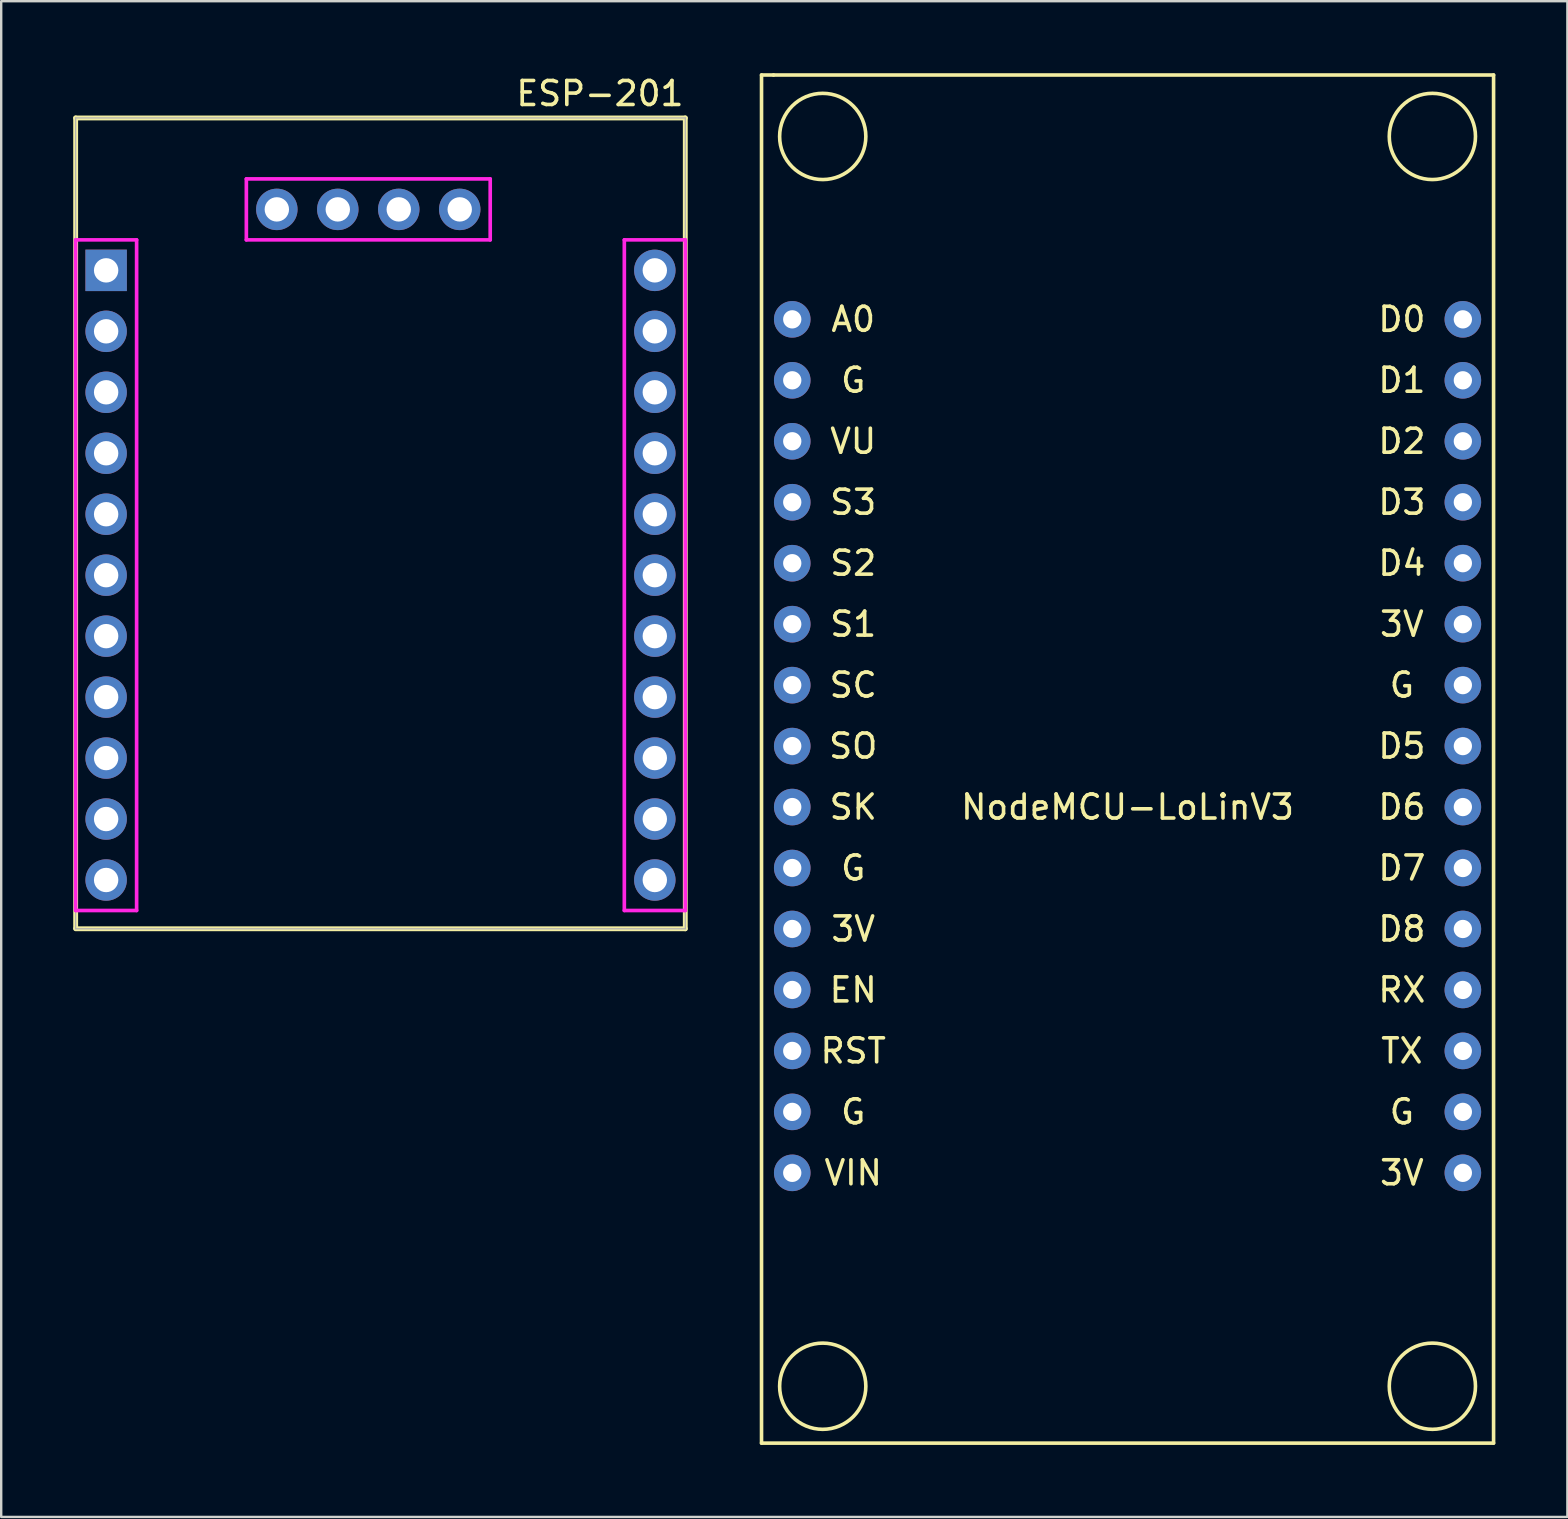
<source format=kicad_pcb>
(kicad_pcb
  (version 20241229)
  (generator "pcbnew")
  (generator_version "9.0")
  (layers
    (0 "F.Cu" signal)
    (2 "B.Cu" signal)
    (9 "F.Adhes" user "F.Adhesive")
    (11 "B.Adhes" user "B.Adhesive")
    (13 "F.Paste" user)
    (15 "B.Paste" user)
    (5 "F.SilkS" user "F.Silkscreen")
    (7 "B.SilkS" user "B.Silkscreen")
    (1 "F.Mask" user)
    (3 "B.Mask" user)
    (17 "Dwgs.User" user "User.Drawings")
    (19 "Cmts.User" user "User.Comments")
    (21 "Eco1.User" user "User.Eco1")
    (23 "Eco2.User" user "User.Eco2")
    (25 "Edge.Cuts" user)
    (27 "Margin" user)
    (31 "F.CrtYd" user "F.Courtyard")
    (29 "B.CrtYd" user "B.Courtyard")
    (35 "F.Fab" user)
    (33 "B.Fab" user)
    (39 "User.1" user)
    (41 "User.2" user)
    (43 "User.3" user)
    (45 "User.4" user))
  (footprint "NodeMCU-LoLinV3"
    (layer "F.Cu")
    (at 43.928 30.575)
    (property "Reference" "NodeMCU-LoLinV3" (at 0 0 0) (layer "F.SilkS") (effects (font (size 1 1) (thickness 0.15))))
    (attr through_hole)
    (fp_line (start -15.25 -30.5) (end -15.25 26.5) (stroke (width 0.15) (type solid)) (layer "F.SilkS"))
    (fp_line (start -15.25 26.5) (end 15.25 26.5) (stroke (width 0.15) (type solid)) (layer "F.SilkS"))
    (fp_line (start -14.75 -30.5) (end -15.25 -30.5) (stroke (width 0.15) (type solid)) (layer "F.SilkS"))
    (fp_line (start 15.25 -30.5) (end -14.75 -30.5) (stroke (width 0.15) (type solid)) (layer "F.SilkS"))
    (fp_line (start 15.25 26.5) (end 15.25 -30.5) (stroke (width 0.15) (type solid)) (layer "F.SilkS"))
    (fp_circle (center -12.7 -27.94) (end -11.43 -29.21) (stroke (width 0.15) (type solid)) (fill no) (layer "F.SilkS"))
    (fp_circle (center -12.7 24.13) (end -11.43 22.86) (stroke (width 0.15) (type solid)) (fill no) (layer "F.SilkS"))
    (fp_circle (center 12.7 -27.94) (end 13.97 -29.21) (stroke (width 0.15) (type solid)) (fill no) (layer "F.SilkS"))
    (fp_circle (center 12.7 24.13) (end 13.97 22.86) (stroke (width 0.15) (type solid)) (fill no) (layer "F.SilkS"))
    (fp_text user "G" (at 11.43 12.7 0) (layer "F.SilkS") (effects (font (size 1 1) (thickness 0.15))))
    (fp_text user "VIN" (at -11.43 15.24 0) (layer "F.SilkS") (effects (font (size 1 1) (thickness 0.15))))
    (fp_text user "D1" (at 11.43 -17.78 0) (layer "F.SilkS") (effects (font (size 1 1) (thickness 0.15))))
    (fp_text user "G" (at 11.43 -5.08 0) (layer "F.SilkS") (effects (font (size 1 1) (thickness 0.15))))
    (fp_text user "G" (at -11.43 -17.78 0) (layer "F.SilkS") (effects (font (size 1 1) (thickness 0.15))))
    (fp_text user "SK" (at -11.43 0 0) (layer "F.SilkS") (effects (font (size 1 1) (thickness 0.15))))
    (fp_text user "D5" (at 11.43 -2.54 0) (layer "F.SilkS") (effects (font (size 1 1) (thickness 0.15))))
    (fp_text user "TX" (at 11.43 10.16 0) (layer "F.SilkS") (effects (font (size 1 1) (thickness 0.15))))
    (fp_text user "D0" (at 11.43 -20.32 0) (layer "F.SilkS") (effects (font (size 1 1) (thickness 0.15))))
    (fp_text user "VU" (at -11.43 -15.24 0) (layer "F.SilkS") (effects (font (size 1 1) (thickness 0.15))))
    (fp_text user "D6" (at 11.43 0 0) (layer "F.SilkS") (effects (font (size 1 1) (thickness 0.15))))
    (fp_text user "SO" (at -11.43 -2.54 0) (layer "F.SilkS") (effects (font (size 1 1) (thickness 0.15))))
    (fp_text user "RX" (at 11.43 7.62 0) (layer "F.SilkS") (effects (font (size 1 1) (thickness 0.15))))
    (fp_text user "G" (at -11.43 2.54 0) (layer "F.SilkS") (effects (font (size 1 1) (thickness 0.15))))
    (fp_text user "A0" (at -11.43 -20.32 0) (layer "F.SilkS") (effects (font (size 1 1) (thickness 0.15))))
    (fp_text user "D4" (at 11.43 -10.16 0) (layer "F.SilkS") (effects (font (size 1 1) (thickness 0.15))))
    (fp_text user "3V" (at -11.43 5.08 0) (layer "F.SilkS") (effects (font (size 1 1) (thickness 0.15))))
    (fp_text user "3V" (at 11.43 -7.62 0) (layer "F.SilkS") (effects (font (size 1 1) (thickness 0.15))))
    (fp_text user "D3" (at 11.43 -12.7 0) (layer "F.SilkS") (effects (font (size 1 1) (thickness 0.15))))
    (fp_text user "D2" (at 11.43 -15.24 0) (layer "F.SilkS") (effects (font (size 1 1) (thickness 0.15))))
    (fp_text user "D7" (at 11.43 2.54 0) (layer "F.SilkS") (effects (font (size 1 1) (thickness 0.15))))
    (fp_text user "G" (at -11.43 12.7 0) (layer "F.SilkS") (effects (font (size 1 1) (thickness 0.15))))
    (fp_text user "SC" (at -11.43 -5.08 0) (layer "F.SilkS") (effects (font (size 1 1) (thickness 0.15))))
    (fp_text user "S3" (at -11.43 -12.7 0) (layer "F.SilkS") (effects (font (size 1 1) (thickness 0.15))))
    (fp_text user "S1" (at -11.43 -7.62 0) (layer "F.SilkS") (effects (font (size 1 1) (thickness 0.15))))
    (fp_text user "3V" (at 11.43 15.24 0) (layer "F.SilkS") (effects (font (size 1 1) (thickness 0.15))))
    (fp_text user "D8" (at 11.43 5.08 0) (layer "F.SilkS") (effects (font (size 1 1) (thickness 0.15))))
    (fp_text user "RST" (at -11.43 10.16 0) (layer "F.SilkS") (effects (font (size 1 1) (thickness 0.15))))
    (fp_text user "S2" (at -11.43 -10.16 0) (layer "F.SilkS") (effects (font (size 1 1) (thickness 0.15))))
    (fp_text user "EN" (at -11.43 7.62 0) (layer "F.SilkS") (effects (font (size 1 1) (thickness 0.15))))
    (pad "1" thru_hole circle (at -13.97 -20.32) (size 1.524 1.524) (drill 0.762) (layers "*.Cu" "*.Mask"))
    (pad "2" thru_hole circle (at -13.97 -17.78) (size 1.524 1.524) (drill 0.762) (layers "*.Cu" "*.Mask"))
    (pad "3" thru_hole circle (at -13.97 -15.24) (size 1.524 1.524) (drill 0.762) (layers "*.Cu" "*.Mask"))
    (pad "4" thru_hole circle (at -13.97 -12.7) (size 1.524 1.524) (drill 0.762) (layers "*.Cu" "*.Mask"))
    (pad "5" thru_hole circle (at -13.97 -10.16) (size 1.524 1.524) (drill 0.762) (layers "*.Cu" "*.Mask"))
    (pad "6" thru_hole circle (at -13.97 -7.62) (size 1.524 1.524) (drill 0.762) (layers "*.Cu" "*.Mask"))
    (pad "7" thru_hole circle (at -13.97 -5.08) (size 1.524 1.524) (drill 0.762) (layers "*.Cu" "*.Mask"))
    (pad "8" thru_hole circle (at -13.97 -2.54) (size 1.524 1.524) (drill 0.762) (layers "*.Cu" "*.Mask"))
    (pad "9" thru_hole circle (at -13.97 0) (size 1.524 1.524) (drill 0.762) (layers "*.Cu" "*.Mask"))
    (pad "10" thru_hole circle (at -13.97 2.54) (size 1.524 1.524) (drill 0.762) (layers "*.Cu" "*.Mask"))
    (pad "11" thru_hole circle (at -13.97 5.08) (size 1.524 1.524) (drill 0.762) (layers "*.Cu" "*.Mask"))
    (pad "12" thru_hole circle (at -13.97 7.62) (size 1.524 1.524) (drill 0.762) (layers "*.Cu" "*.Mask"))
    (pad "13" thru_hole circle (at -13.97 10.16) (size 1.524 1.524) (drill 0.762) (layers "*.Cu" "*.Mask"))
    (pad "14" thru_hole circle (at -13.97 12.7) (size 1.524 1.524) (drill 0.762) (layers "*.Cu" "*.Mask"))
    (pad "15" thru_hole circle (at -13.97 15.24) (size 1.524 1.524) (drill 0.762) (layers "*.Cu" "*.Mask"))
    (pad "16" thru_hole circle (at 13.97 15.24) (size 1.524 1.524) (drill 0.762) (layers "*.Cu" "*.Mask"))
    (pad "17" thru_hole circle (at 13.97 12.7) (size 1.524 1.524) (drill 0.762) (layers "*.Cu" "*.Mask"))
    (pad "18" thru_hole circle (at 13.97 10.16) (size 1.524 1.524) (drill 0.762) (layers "*.Cu" "*.Mask"))
    (pad "19" thru_hole circle (at 13.97 7.62) (size 1.524 1.524) (drill 0.762) (layers "*.Cu" "*.Mask"))
    (pad "20" thru_hole circle (at 13.97 5.08) (size 1.524 1.524) (drill 0.762) (layers "*.Cu" "*.Mask"))
    (pad "21" thru_hole circle (at 13.97 2.54) (size 1.524 1.524) (drill 0.762) (layers "*.Cu" "*.Mask"))
    (pad "22" thru_hole circle (at 13.97 0) (size 1.524 1.524) (drill 0.762) (layers "*.Cu" "*.Mask"))
    (pad "23" thru_hole circle (at 13.97 -2.54) (size 1.524 1.524) (drill 0.762) (layers "*.Cu" "*.Mask"))
    (pad "24" thru_hole circle (at 13.97 -5.08) (size 1.524 1.524) (drill 0.762) (layers "*.Cu" "*.Mask"))
    (pad "25" thru_hole circle (at 13.97 -7.62) (size 1.524 1.524) (drill 0.762) (layers "*.Cu" "*.Mask"))
    (pad "26" thru_hole circle (at 13.97 -10.16) (size 1.524 1.524) (drill 0.762) (layers "*.Cu" "*.Mask"))
    (pad "27" thru_hole circle (at 13.97 -12.7) (size 1.524 1.524) (drill 0.762) (layers "*.Cu" "*.Mask"))
    (pad "28" thru_hole circle (at 13.97 -15.24) (size 1.524 1.524) (drill 0.762) (layers "*.Cu" "*.Mask"))
    (pad "29" thru_hole circle (at 13.97 -17.78) (size 1.524 1.524) (drill 0.762) (layers "*.Cu" "*.Mask"))
    (pad "30" thru_hole circle (at 13.97 -20.32) (size 1.524 1.524) (drill 0.762) (layers "*.Cu" "*.Mask")))
  (footprint "ESP-201"
    (layer "F.Cu")
    (at 1.372 8.214)
    (property "Reference" "ESP-201" (at 20.574 -7.366 0) (layer "F.SilkS") (effects (font (size 1 1) (thickness 0.15))))
    (attr through_hole)
    (fp_line (start -1.27 -6.35) (end -1.27 27.407) (stroke (width 0.203) (type solid)) (layer "F.SilkS"))
    (fp_line (start -1.27 27.432) (end 24.13 27.432) (stroke (width 0.203) (type solid)) (layer "F.SilkS"))
    (fp_line (start 24.13 -6.35) (end -1.27 -6.35) (stroke (width 0.203) (type solid)) (layer "F.SilkS"))
    (fp_line (start 24.13 27.432) (end 24.13 -6.35) (stroke (width 0.203) (type solid)) (layer "F.SilkS"))
    (fp_line (start -1.27 -1.27) (end -1.27 26.67) (stroke (width 0.152) (type solid)) (layer "F.CrtYd"))
    (fp_line (start -1.27 26.67) (end 1.27 26.67) (stroke (width 0.152) (type solid)) (layer "F.CrtYd"))
    (fp_line (start 1.27 -1.27) (end -1.27 -1.27) (stroke (width 0.152) (type solid)) (layer "F.CrtYd"))
    (fp_line (start 1.27 26.67) (end 1.27 -1.27) (stroke (width 0.152) (type solid)) (layer "F.CrtYd"))
    (fp_line (start 5.842 -3.81) (end 16.002 -3.81) (stroke (width 0.152) (type solid)) (layer "F.CrtYd"))
    (fp_line (start 5.842 -1.27) (end 5.842 -3.81) (stroke (width 0.152) (type solid)) (layer "F.CrtYd"))
    (fp_line (start 16.002 -3.81) (end 16.002 -1.27) (stroke (width 0.152) (type solid)) (layer "F.CrtYd"))
    (fp_line (start 16.002 -1.27) (end 5.842 -1.27) (stroke (width 0.152) (type solid)) (layer "F.CrtYd"))
    (fp_line (start 21.59 -1.27) (end 24.13 -1.27) (stroke (width 0.152) (type solid)) (layer "F.CrtYd"))
    (fp_line (start 21.59 26.67) (end 21.59 -1.27) (stroke (width 0.152) (type solid)) (layer "F.CrtYd"))
    (fp_line (start 24.13 -1.27) (end 24.13 26.67) (stroke (width 0.152) (type solid)) (layer "F.CrtYd"))
    (fp_line (start 24.13 26.67) (end 21.59 26.67) (stroke (width 0.152) (type solid)) (layer "F.CrtYd"))
    (fp_line (start -1.27 -6.35) (end 24.13 -6.35) (stroke (width 0.05) (type solid)) (layer "F.Fab"))
    (fp_line (start -1.27 27.432) (end -1.27 -6.35) (stroke (width 0.05) (type solid)) (layer "F.Fab"))
    (fp_line (start 24.13 -6.35) (end 24.13 27.432) (stroke (width 0.05) (type solid)) (layer "F.Fab"))
    (fp_line (start 24.13 27.432) (end -1.27 27.432) (stroke (width 0.05) (type solid)) (layer "F.Fab"))
    (pad "1" thru_hole rect (at 0 0 90) (size 1.727 1.727) (drill 1.016) (layers "*.Cu" "*.Mask"))
    (pad "2" thru_hole circle (at 0 2.54 90) (size 1.727 1.727) (drill 1.016) (layers "*.Cu" "*.Mask"))
    (pad "3" thru_hole circle (at 0 5.08 90) (size 1.727 1.727) (drill 1.016) (layers "*.Cu" "*.Mask"))
    (pad "4" thru_hole circle (at 0 7.62 90) (size 1.727 1.727) (drill 1.016) (layers "*.Cu" "*.Mask"))
    (pad "5" thru_hole circle (at 0 10.16 90) (size 1.727 1.727) (drill 1.016) (layers "*.Cu" "*.Mask"))
    (pad "6" thru_hole circle (at 0 12.7 90) (size 1.727 1.727) (drill 1.016) (layers "*.Cu" "*.Mask"))
    (pad "7" thru_hole circle (at 0 15.24 90) (size 1.727 1.727) (drill 1.016) (layers "*.Cu" "*.Mask"))
    (pad "8" thru_hole circle (at 0 17.78 90) (size 1.727 1.727) (drill 1.016) (layers "*.Cu" "*.Mask"))
    (pad "9" thru_hole circle (at 0 20.32 90) (size 1.727 1.727) (drill 1.016) (layers "*.Cu" "*.Mask"))
    (pad "10" thru_hole circle (at 0 22.86 90) (size 1.727 1.727) (drill 1.016) (layers "*.Cu" "*.Mask"))
    (pad "11" thru_hole circle (at 0 25.4 90) (size 1.727 1.727) (drill 1.016) (layers "*.Cu" "*.Mask"))
    (pad "12" thru_hole circle (at 22.86 25.4 90) (size 1.727 1.727) (drill 1.016) (layers "*.Cu" "*.Mask"))
    (pad "13" thru_hole circle (at 22.86 22.86 90) (size 1.727 1.727) (drill 1.016) (layers "*.Cu" "*.Mask"))
    (pad "14" thru_hole circle (at 22.86 20.32 90) (size 1.727 1.727) (drill 1.016) (layers "*.Cu" "*.Mask"))
    (pad "15" thru_hole circle (at 22.86 17.78 90) (size 1.727 1.727) (drill 1.016) (layers "*.Cu" "*.Mask"))
    (pad "16" thru_hole circle (at 22.86 15.24 90) (size 1.727 1.727) (drill 1.016) (layers "*.Cu" "*.Mask"))
    (pad "17" thru_hole circle (at 22.86 12.7 90) (size 1.727 1.727) (drill 1.016) (layers "*.Cu" "*.Mask"))
    (pad "18" thru_hole circle (at 22.86 10.16 90) (size 1.727 1.727) (drill 1.016) (layers "*.Cu" "*.Mask"))
    (pad "19" thru_hole circle (at 22.86 7.62 90) (size 1.727 1.727) (drill 1.016) (layers "*.Cu" "*.Mask"))
    (pad "20" thru_hole circle (at 22.86 5.08 90) (size 1.727 1.727) (drill 1.016) (layers "*.Cu" "*.Mask"))
    (pad "21" thru_hole circle (at 22.86 2.54 90) (size 1.727 1.727) (drill 1.016) (layers "*.Cu" "*.Mask"))
    (pad "22" thru_hole circle (at 22.86 0 90) (size 1.727 1.727) (drill 1.016) (layers "*.Cu" "*.Mask"))
    (pad "23" thru_hole circle (at 14.732 -2.54 90) (size 1.727 1.727) (drill 1.016) (layers "*.Cu" "*.Mask"))
    (pad "24" thru_hole circle (at 12.192 -2.54 90) (size 1.727 1.727) (drill 1.016) (layers "*.Cu" "*.Mask"))
    (pad "25" thru_hole circle (at 9.652 -2.54 90) (size 1.727 1.727) (drill 1.016) (layers "*.Cu" "*.Mask"))
    (pad "26" thru_hole circle (at 7.112 -2.54 90) (size 1.727 1.727) (drill 1.016) (layers "*.Cu" "*.Mask")))
  (gr_rect
    (start -3 -3)
    (end 62.253 60.15)
    (stroke (width 0.1) (type default))
    (fill no)
    (layer "Edge.Cuts")))
</source>
